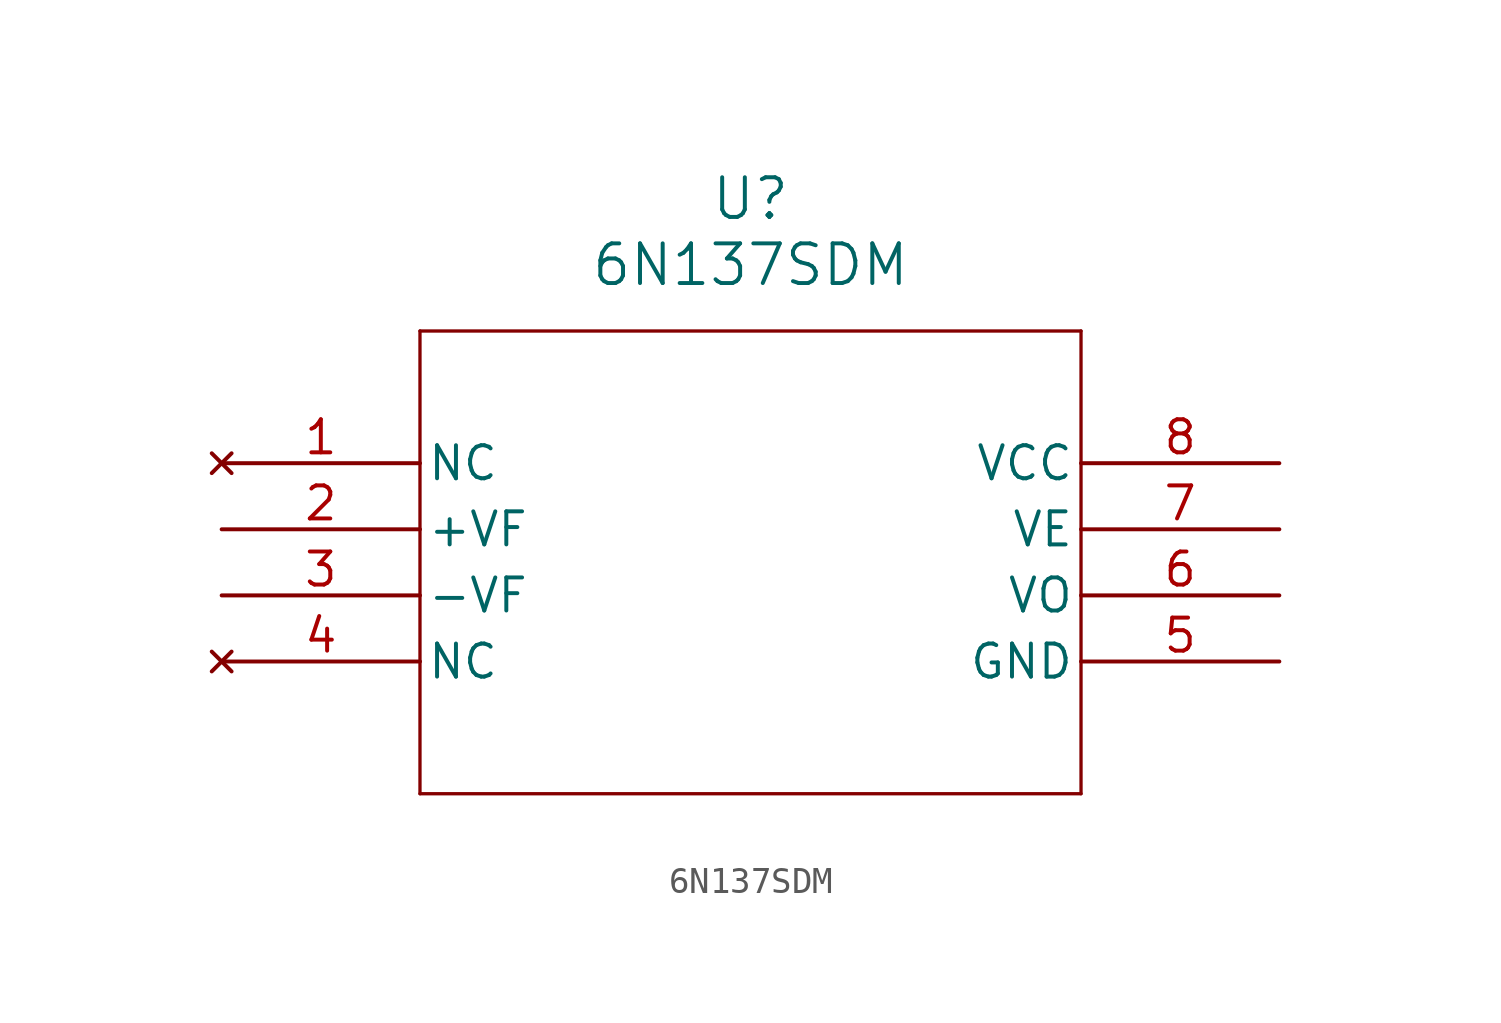
<source format=kicad_sym>
(kicad_symbol_lib
  (version 20220914)
  (generator kicad_symbol_editor)
  (symbol "6N137SDM"
    (pin_names
      (offset 0.254))
    (property "Reference" "U"
      (at 20.32 10.16 0)
      (effects (font (size 1.524 1.524))))
    (property "Value" "6N137SDM"
      (at 20.32 7.62 0)
      (effects (font (size 1.524 1.524))))
    (property "ki_locked" ""
      (at 0 0 0)
      (effects (font (size 1.27 1.27))))
    (symbol "6N137SDM_1_1"
      (polyline (pts (xy 7.62 -12.7) (xy 33.02 -12.7)) (stroke (width 0.127) (type default)) (fill (type none)))
      (polyline (pts (xy 7.62 5.08) (xy 7.62 -12.7)) (stroke (width 0.127) (type default)) (fill (type none)))
      (polyline (pts (xy 33.02 -12.7) (xy 33.02 5.08)) (stroke (width 0.127) (type default)) (fill (type none)))
      (polyline (pts (xy 33.02 5.08) (xy 7.62 5.08)) (stroke (width 0.127) (type default)) (fill (type none)))
      (pin no_connect line (at 0 0 0) (length 7.62) (name "NC" (effects (font (size 1.27 1.27)))) (number "1" (effects (font (size 1.27 1.27)))))
      (pin power_in line (at 0 -2.54 0) (length 7.62) (name "+VF" (effects (font (size 1.27 1.27)))) (number "2" (effects (font (size 1.27 1.27)))))
      (pin power_in line (at 0 -5.08 0) (length 7.62) (name "-VF" (effects (font (size 1.27 1.27)))) (number "3" (effects (font (size 1.27 1.27)))))
      (pin no_connect line (at 0 -7.62 0) (length 7.62) (name "NC" (effects (font (size 1.27 1.27)))) (number "4" (effects (font (size 1.27 1.27)))))
      (pin power_out line (at 40.64 -7.62 180) (length 7.62) (name "GND" (effects (font (size 1.27 1.27)))) (number "5" (effects (font (size 1.27 1.27)))))
      (pin power_in line (at 40.64 -5.08 180) (length 7.62) (name "VO" (effects (font (size 1.27 1.27)))) (number "6" (effects (font (size 1.27 1.27)))))
      (pin power_in line (at 40.64 -2.54 180) (length 7.62) (name "VE" (effects (font (size 1.27 1.27)))) (number "7" (effects (font (size 1.27 1.27)))))
      (pin power_in line (at 40.64 0 180) (length 7.62) (name "VCC" (effects (font (size 1.27 1.27)))) (number "8" (effects (font (size 1.27 1.27))))))))
</source>
